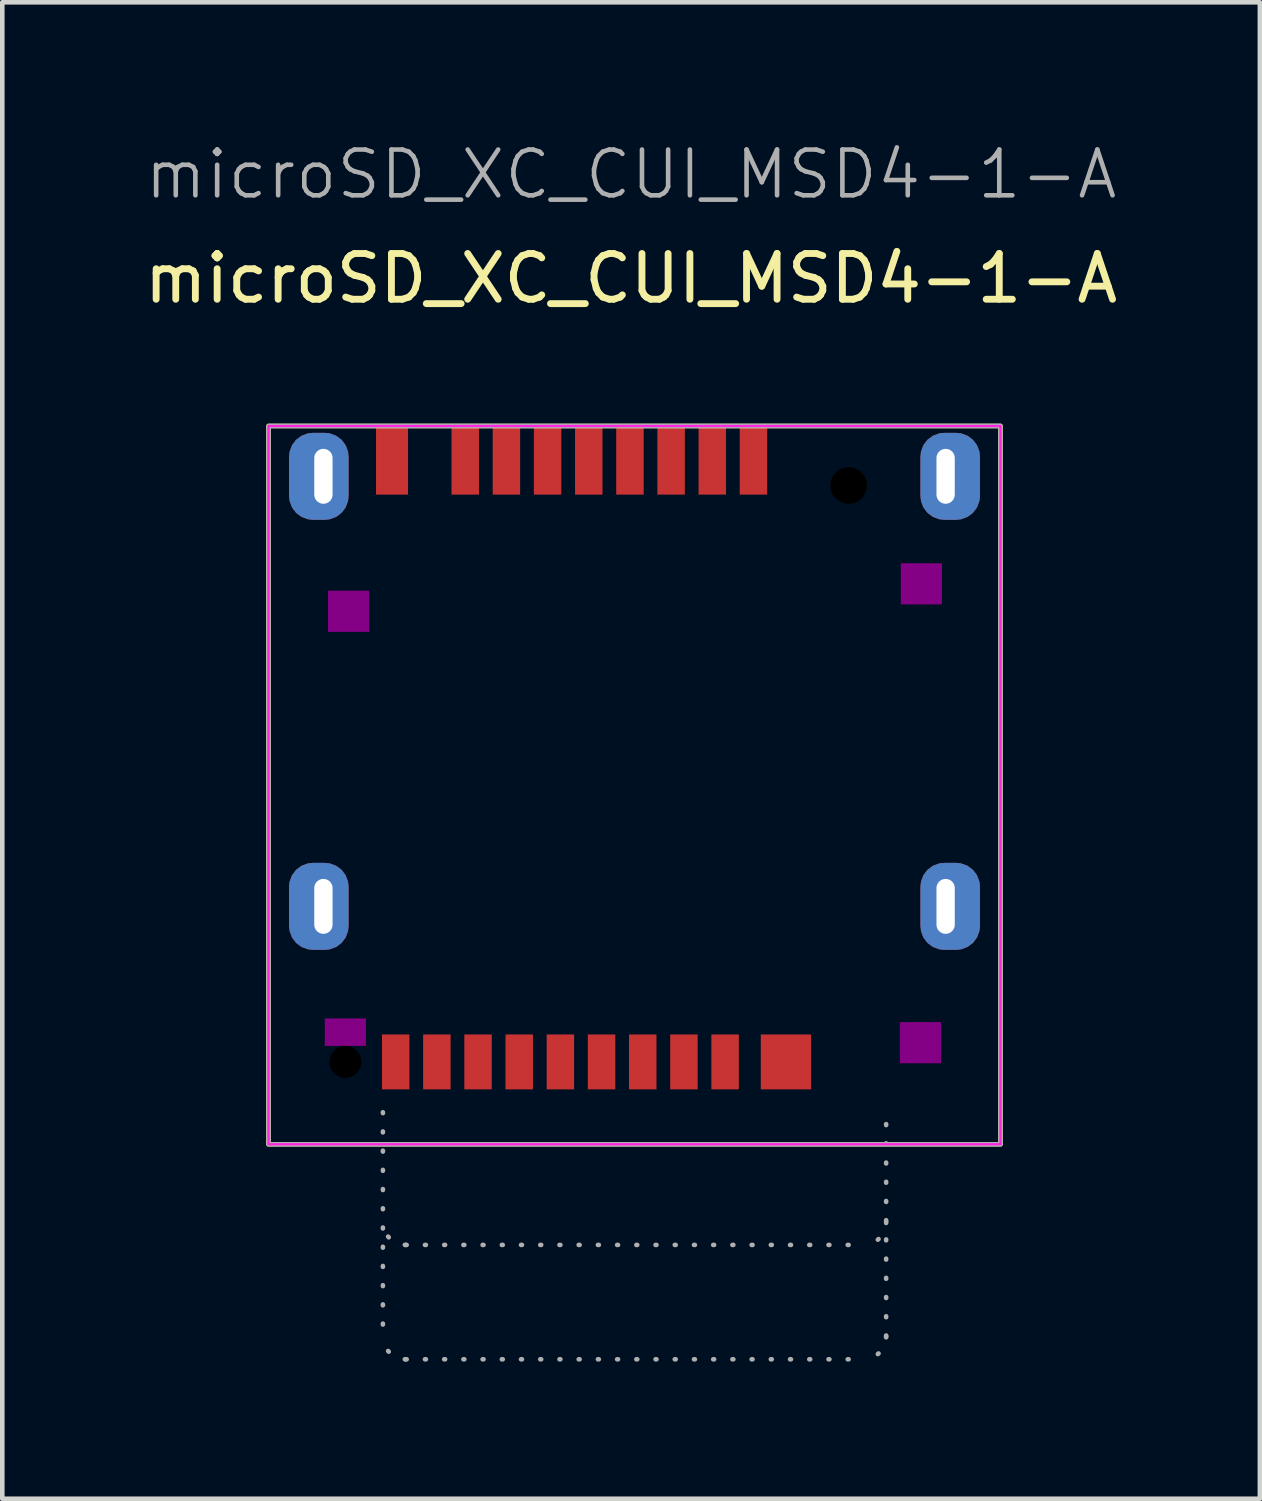
<source format=kicad_pcb>
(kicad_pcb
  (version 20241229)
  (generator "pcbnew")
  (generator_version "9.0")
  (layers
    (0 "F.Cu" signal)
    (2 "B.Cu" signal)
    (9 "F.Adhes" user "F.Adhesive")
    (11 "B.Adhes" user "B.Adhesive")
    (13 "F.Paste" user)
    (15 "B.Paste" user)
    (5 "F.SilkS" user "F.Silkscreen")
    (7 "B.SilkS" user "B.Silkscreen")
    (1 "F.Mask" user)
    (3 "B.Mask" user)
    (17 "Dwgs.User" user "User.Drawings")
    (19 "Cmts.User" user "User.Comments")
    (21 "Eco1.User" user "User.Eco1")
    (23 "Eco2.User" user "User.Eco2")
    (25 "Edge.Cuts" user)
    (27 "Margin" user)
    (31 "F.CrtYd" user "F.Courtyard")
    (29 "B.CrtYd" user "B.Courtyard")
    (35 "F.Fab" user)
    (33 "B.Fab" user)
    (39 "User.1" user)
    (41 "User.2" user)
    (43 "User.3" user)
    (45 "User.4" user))
  (footprint "microSD_XC_CUI_MSD4-1-A"
    (layer "F.Cu")
    (at 10.819 16.761)
    (property "Reference" "microSD_XC_CUI_MSD4-1-A" (at -0.075 -13.725 0) (layer "F.SilkS") (effects (font (size 1 1) (thickness 0.15))))
    (attr smd)
    (fp_rect (start -8 -10.5) (end 8 5.2) (stroke (width 0.1) (type default)) (fill no) (layer "F.SilkS"))
    (fp_rect (start -6.77 2.45) (end -5.87 3.05) (stroke (width 0) (type default)) (fill yes) (layer "F.Adhes"))
    (fp_rect (start -6.7 -6.9) (end -5.8 -6) (stroke (width 0) (type default)) (fill yes) (layer "F.Adhes"))
    (fp_rect (start 5.8 2.53) (end 6.7 3.43) (stroke (width 0) (type default)) (fill yes) (layer "F.Adhes"))
    (fp_rect (start 5.82 -7.5) (end 6.72 -6.6) (stroke (width 0) (type default)) (fill yes) (layer "F.Adhes"))
    (fp_rect (start -8 -10.5) (end 8 5.2) (stroke (width 0.05) (type default)) (fill no) (layer "F.CrtYd"))
    (fp_line (start -5.5 4.5) (end -5.5 9.4) (stroke (width 0.1) (type dot)) (layer "F.Fab"))
    (fp_line (start -5 7.4) (end 5 7.4) (stroke (width 0.1) (type dot)) (layer "F.Fab"))
    (fp_line (start -5 9.9) (end 5 9.9) (stroke (width 0.1) (type dot)) (layer "F.Fab"))
    (fp_line (start 5.5 9.4) (end 5.5 4.5) (stroke (width 0.1) (type dot)) (layer "F.Fab"))
    (fp_rect (start -8 -10.5) (end 8 5.2) (stroke (width 0.1) (type default)) (fill no) (layer "F.Fab"))
    (fp_arc (start -5 7.4) (mid -5.353553 7.253553) (end -5.5 6.9) (stroke (width 0.1) (type dot)) (layer "F.Fab"))
    (fp_arc (start -5 9.9) (mid -5.353553 9.753553) (end -5.5 9.4) (stroke (width 0.1) (type dot)) (layer "F.Fab"))
    (fp_arc (start 5.5 6.9) (mid 5.353553 7.253553) (end 5 7.4) (stroke (width 0.1) (type dot)) (layer "F.Fab"))
    (fp_arc (start 5.5 9.4) (mid 5.353553 9.753553) (end 5 9.9) (stroke (width 0.1) (type dot)) (layer "F.Fab"))
    (fp_text user "${REFERENCE}" (at -0.075 -16 0) (layer "F.Fab") (effects (font (size 1 1) (thickness 0.1))))
    (pad "" np_thru_hole circle (at -6.32 3.4) (size 0.7 0.7) (drill 0.7) (layers "*.Mask"))
    (pad "" np_thru_hole circle (at 4.68 -9.2) (size 0.8 0.8) (drill 0.8) (layers "*.Mask"))
    (pad "1" smd rect (at 2.6 -9.75) (size 0.6 1.5) (layers "F.Cu" "F.Mask" "F.Paste"))
    (pad "2" smd rect (at 1.7 -9.75) (size 0.6 1.5) (layers "F.Cu" "F.Mask" "F.Paste"))
    (pad "3" smd rect (at 0.8 -9.75) (size 0.6 1.5) (layers "F.Cu" "F.Mask" "F.Paste"))
    (pad "4" smd rect (at -0.1 -9.75) (size 0.6 1.5) (layers "F.Cu" "F.Mask" "F.Paste"))
    (pad "5" smd rect (at -1 -9.75) (size 0.6 1.5) (layers "F.Cu" "F.Mask" "F.Paste"))
    (pad "6" smd rect (at -1.9 -9.75) (size 0.6 1.5) (layers "F.Cu" "F.Mask" "F.Paste"))
    (pad "7" smd rect (at -2.8 -9.75) (size 0.6 1.5) (layers "F.Cu" "F.Mask" "F.Paste"))
    (pad "8" smd rect (at -3.7 -9.75) (size 0.6 1.5) (layers "F.Cu" "F.Mask" "F.Paste"))
    (pad "9" smd rect (at -5.3 -9.75) (size 0.7 1.5) (layers "F.Cu" "F.Mask" "F.Paste"))
    (pad "10" thru_hole roundrect (at -6.8 -9.4) (size 1.3 1.9) (drill oval 0.4 1.2 (offset -0.1 0)) (layers "*.Cu" "*.Mask") (roundrect_rratio 0.4))
    (pad "11" thru_hole roundrect (at 6.8 -9.4) (size 1.3 1.9) (drill oval 0.4 1.2 (offset 0.1 0)) (layers "*.Cu" "*.Mask") (roundrect_rratio 0.4))
    (pad "12" thru_hole roundrect (at 6.8 0) (size 1.3 1.9) (drill oval 0.4 1.2 (offset 0.1 0)) (layers "*.Cu" "*.Mask") (roundrect_rratio 0.4))
    (pad "13" thru_hole roundrect (at -6.8 0) (size 1.3 1.9) (drill oval 0.4 1.2 (offset -0.1 0)) (layers "*.Cu" "*.Mask") (roundrect_rratio 0.4))
    (pad "14" smd rect (at 3.31 3.4) (size 1.1 1.2) (layers "F.Cu" "F.Mask" "F.Paste"))
    (pad "15" smd rect (at 1.98 3.4) (size 0.6 1.2) (layers "F.Cu" "F.Mask" "F.Paste"))
    (pad "16" smd rect (at 1.08 3.4) (size 0.6 1.2) (layers "F.Cu" "F.Mask" "F.Paste"))
    (pad "17" smd rect (at 0.18 3.4) (size 0.6 1.2) (layers "F.Cu" "F.Mask" "F.Paste"))
    (pad "18" smd rect (at -0.72 3.4) (size 0.6 1.2) (layers "F.Cu" "F.Mask" "F.Paste"))
    (pad "19" smd rect (at -1.62 3.4) (size 0.6 1.2) (layers "F.Cu" "F.Mask" "F.Paste"))
    (pad "20" smd rect (at -2.52 3.4) (size 0.6 1.2) (layers "F.Cu" "F.Mask" "F.Paste"))
    (pad "21" smd rect (at -3.42 3.4) (size 0.6 1.2) (layers "F.Cu" "F.Mask" "F.Paste"))
    (pad "22" smd rect (at -4.32 3.4) (size 0.6 1.2) (layers "F.Cu" "F.Mask" "F.Paste"))
    (pad "23" smd rect (at -5.22 3.4) (size 0.6 1.2) (layers "F.Cu" "F.Mask" "F.Paste"))
    (zone (net_name "") (layer "F.Cu") (hatch full 0.508) (connect_pads) (min_thickness 0.254) (filled_areas_thickness no) (keepout (tracks allowed) (vias not_allowed) (pads not_allowed) (copperpour allowed) (footprints not_allowed)) (placement (enabled no)) (fill) (polygon (pts (xy 3.949 19.11) (xy 5.049 19.11) (xy 5.049 19.91) (xy 3.949 19.91))))
    (zone (net_name "") (layer "F.Cu") (hatch full 0.508) (connect_pads) (min_thickness 0.254) (filled_areas_thickness no) (keepout (tracks allowed) (vias not_allowed) (pads not_allowed) (copperpour allowed) (footprints not_allowed)) (placement (enabled no)) (fill) (polygon (pts (xy 4.019 9.761) (xy 5.119 9.761) (xy 5.119 10.861) (xy 4.019 10.861))))
    (zone (net_name "") (layer "F.Cu") (hatch full 0.508) (connect_pads) (min_thickness 0.254) (filled_areas_thickness no) (keepout (tracks allowed) (vias not_allowed) (pads not_allowed) (copperpour allowed) (footprints not_allowed)) (placement (enabled no)) (fill) (polygon (pts (xy 16.519 9.161) (xy 17.619 9.161) (xy 17.619 10.261) (xy 16.519 10.261))))
    (zone (net_name "") (layer "F.Cu") (hatch full 0.508) (connect_pads) (min_thickness 0.254) (filled_areas_thickness no) (keepout (tracks allowed) (vias not_allowed) (pads not_allowed) (copperpour allowed) (footprints not_allowed)) (placement (enabled no)) (fill) (polygon (pts (xy 16.519 19.16) (xy 17.619 19.16) (xy 17.619 20.261) (xy 16.519 20.261)))))
  (gr_rect
    (start -3 -3)
    (end 24.488 29.71)
    (stroke (width 0.1) (type default))
    (fill no)
    (layer "Edge.Cuts")))
</source>
